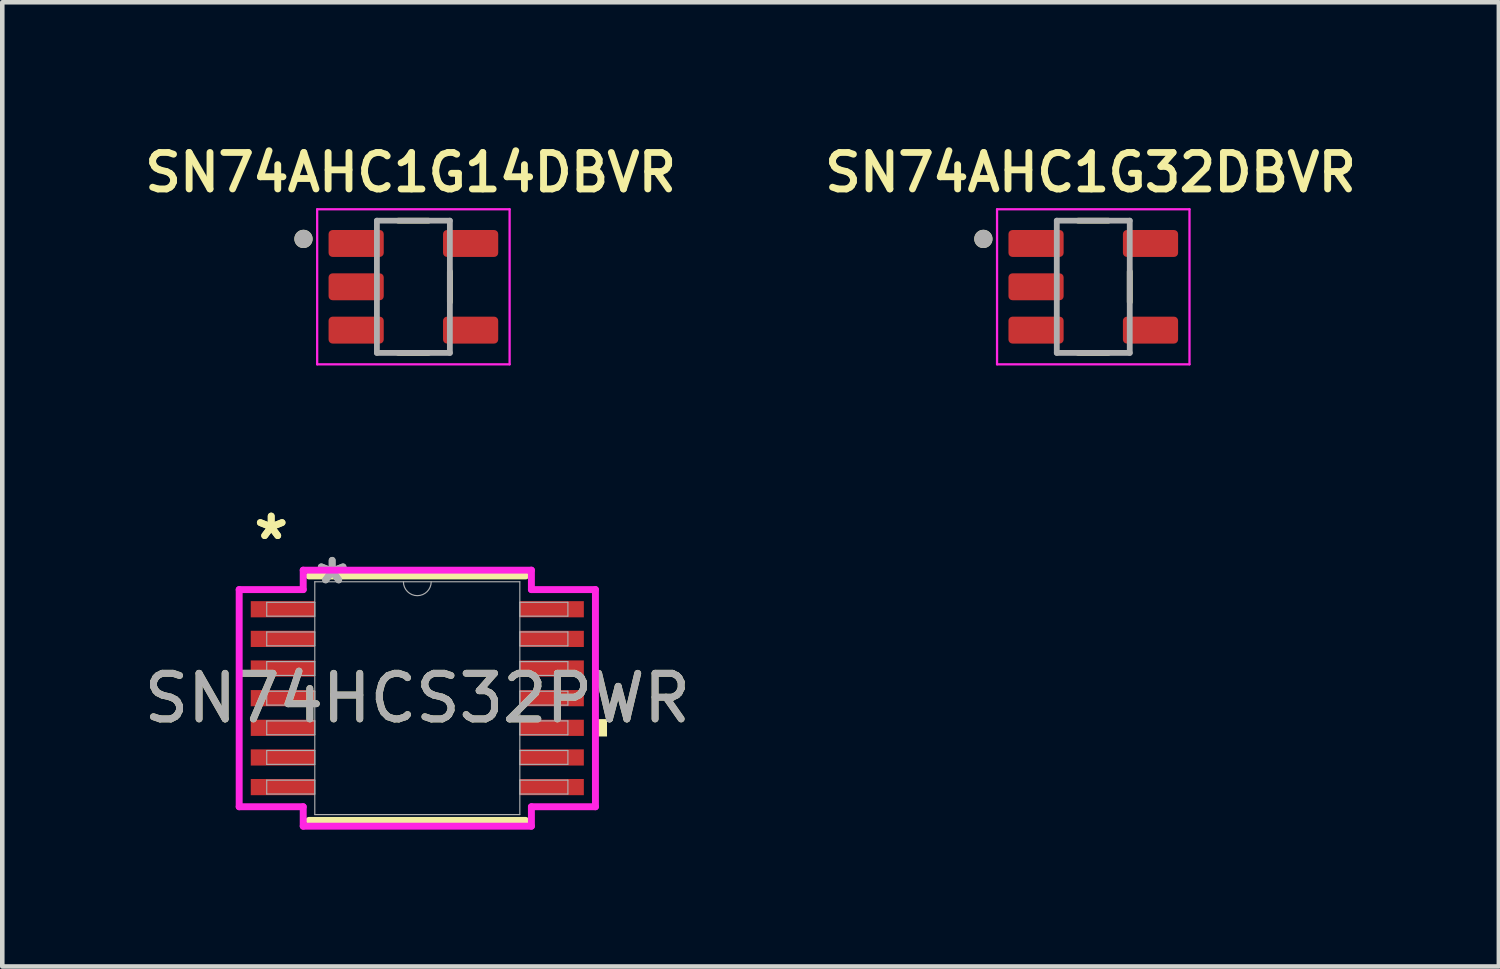
<source format=kicad_pcb>
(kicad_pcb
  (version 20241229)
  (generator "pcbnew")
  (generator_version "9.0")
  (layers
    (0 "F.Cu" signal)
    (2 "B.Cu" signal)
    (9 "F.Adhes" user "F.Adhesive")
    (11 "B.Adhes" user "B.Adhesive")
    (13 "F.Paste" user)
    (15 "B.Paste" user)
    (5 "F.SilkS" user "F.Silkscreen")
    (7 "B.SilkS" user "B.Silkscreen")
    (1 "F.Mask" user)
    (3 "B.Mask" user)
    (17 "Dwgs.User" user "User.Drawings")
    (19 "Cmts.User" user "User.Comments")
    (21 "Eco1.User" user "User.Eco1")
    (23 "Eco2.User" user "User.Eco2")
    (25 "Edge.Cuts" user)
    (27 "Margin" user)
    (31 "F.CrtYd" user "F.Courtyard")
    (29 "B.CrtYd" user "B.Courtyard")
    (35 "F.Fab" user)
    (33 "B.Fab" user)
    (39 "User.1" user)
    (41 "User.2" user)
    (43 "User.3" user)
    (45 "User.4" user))
  (footprint "SN74AHC1G14DBVR"
    (layer "F.Cu")
    (at 6.015 3.239)
    (property "Reference" "SN74AHC1G14DBVR" (at -0.06 -2.508 0) (layer "F.SilkS") (effects (font (size 0.8 0.8) (thickness 0.15))))
    (attr smd)
    (fp_line (start -0.33 -1.45) (end 0.33 -1.45) (stroke (width 0.127) (type solid)) (layer "F.SilkS"))
    (fp_line (start 0.33 1.45) (end -0.33 1.45) (stroke (width 0.127) (type solid)) (layer "F.SilkS"))
    (fp_line (start 0.8 -0.335) (end 0.8 0.335) (stroke (width 0.127) (type solid)) (layer "F.SilkS"))
    (fp_circle (center -2.41 -1.05) (end -2.31 -1.05) (stroke (width 0.2) (type solid)) (fill no) (layer "F.SilkS"))
    (fp_line (start -2.11 -1.7) (end 2.11 -1.7) (stroke (width 0.05) (type solid)) (layer "F.CrtYd"))
    (fp_line (start -2.11 1.7) (end -2.11 -1.7) (stroke (width 0.05) (type solid)) (layer "F.CrtYd"))
    (fp_line (start 2.11 -1.7) (end 2.11 1.7) (stroke (width 0.05) (type solid)) (layer "F.CrtYd"))
    (fp_line (start 2.11 1.7) (end -2.11 1.7) (stroke (width 0.05) (type solid)) (layer "F.CrtYd"))
    (fp_line (start -0.8 -1.45) (end 0.8 -1.45) (stroke (width 0.127) (type solid)) (layer "F.Fab"))
    (fp_line (start -0.8 1.45) (end -0.8 -1.45) (stroke (width 0.127) (type solid)) (layer "F.Fab"))
    (fp_line (start 0.8 -1.45) (end 0.8 1.45) (stroke (width 0.127) (type solid)) (layer "F.Fab"))
    (fp_line (start 0.8 1.45) (end -0.8 1.45) (stroke (width 0.127) (type solid)) (layer "F.Fab"))
    (fp_circle (center -2.41 -1.05) (end -2.31 -1.05) (stroke (width 0.2) (type solid)) (fill no) (layer "F.Fab"))
    (pad "1" smd roundrect (at -1.255 -0.95) (size 1.21 0.59) (layers "F.Cu" "F.Mask" "F.Paste") (roundrect_rratio 0.15))
    (pad "2" smd roundrect (at -1.255 0) (size 1.21 0.59) (layers "F.Cu" "F.Mask" "F.Paste") (roundrect_rratio 0.15))
    (pad "3" smd roundrect (at -1.255 0.95) (size 1.21 0.59) (layers "F.Cu" "F.Mask" "F.Paste") (roundrect_rratio 0.15))
    (pad "4" smd roundrect (at 1.255 0.95) (size 1.21 0.59) (layers "F.Cu" "F.Mask" "F.Paste") (roundrect_rratio 0.15))
    (pad "5" smd roundrect (at 1.255 -0.95) (size 1.21 0.59) (layers "F.Cu" "F.Mask" "F.Paste") (roundrect_rratio 0.15)))
  (footprint "SN74AHC1G32DBVR"
    (layer "F.Cu")
    (at 20.924 3.239)
    (property "Reference" "SN74AHC1G32DBVR" (at -0.06 -2.508 0) (layer "F.SilkS") (effects (font (size 0.8 0.8) (thickness 0.15))))
    (attr smd)
    (fp_line (start -0.33 -1.45) (end 0.33 -1.45) (stroke (width 0.127) (type solid)) (layer "F.SilkS"))
    (fp_line (start 0.33 1.45) (end -0.33 1.45) (stroke (width 0.127) (type solid)) (layer "F.SilkS"))
    (fp_line (start 0.8 -0.335) (end 0.8 0.335) (stroke (width 0.127) (type solid)) (layer "F.SilkS"))
    (fp_circle (center -2.41 -1.05) (end -2.31 -1.05) (stroke (width 0.2) (type solid)) (fill no) (layer "F.SilkS"))
    (fp_line (start -2.11 -1.7) (end 2.11 -1.7) (stroke (width 0.05) (type solid)) (layer "F.CrtYd"))
    (fp_line (start -2.11 1.7) (end -2.11 -1.7) (stroke (width 0.05) (type solid)) (layer "F.CrtYd"))
    (fp_line (start 2.11 -1.7) (end 2.11 1.7) (stroke (width 0.05) (type solid)) (layer "F.CrtYd"))
    (fp_line (start 2.11 1.7) (end -2.11 1.7) (stroke (width 0.05) (type solid)) (layer "F.CrtYd"))
    (fp_line (start -0.8 -1.45) (end 0.8 -1.45) (stroke (width 0.127) (type solid)) (layer "F.Fab"))
    (fp_line (start -0.8 1.45) (end -0.8 -1.45) (stroke (width 0.127) (type solid)) (layer "F.Fab"))
    (fp_line (start 0.8 -1.45) (end 0.8 1.45) (stroke (width 0.127) (type solid)) (layer "F.Fab"))
    (fp_line (start 0.8 1.45) (end -0.8 1.45) (stroke (width 0.127) (type solid)) (layer "F.Fab"))
    (fp_circle (center -2.41 -1.05) (end -2.31 -1.05) (stroke (width 0.2) (type solid)) (fill no) (layer "F.Fab"))
    (pad "1" smd roundrect (at -1.255 -0.95) (size 1.21 0.59) (layers "F.Cu" "F.Mask" "F.Paste") (roundrect_rratio 0.15))
    (pad "2" smd roundrect (at -1.255 0) (size 1.21 0.59) (layers "F.Cu" "F.Mask" "F.Paste") (roundrect_rratio 0.15))
    (pad "3" smd roundrect (at -1.255 0.95) (size 1.21 0.59) (layers "F.Cu" "F.Mask" "F.Paste") (roundrect_rratio 0.15))
    (pad "4" smd roundrect (at 1.255 0.95) (size 1.21 0.59) (layers "F.Cu" "F.Mask" "F.Paste") (roundrect_rratio 0.15))
    (pad "5" smd roundrect (at 1.255 -0.95) (size 1.21 0.59) (layers "F.Cu" "F.Mask" "F.Paste") (roundrect_rratio 0.15)))
  (footprint "SN74HCS32PWR"
    (layer "F.Cu")
    (at 6.101 12.26)
    (property "Reference" "SN74HCS32PWR" (at 0 0 0) (unlocked yes) (layer "F.SilkS") (effects (font (size 1 1) (thickness 0.15))))
    (attr smd)
    (fp_line (start -2.375 2.68) (end 2.375 2.68) (stroke (width 0.152) (type solid)) (layer "F.SilkS"))
    (fp_line (start 2.375 -2.68) (end -2.375 -2.68) (stroke (width 0.152) (type solid)) (layer "F.SilkS"))
    (fp_poly (pts (xy 4.16 0.459) (xy 4.16 0.84) (xy 3.906 0.84) (xy 3.906 0.459)) (stroke (width 0) (type solid)) (fill yes) (layer "F.SilkS"))
    (fp_line (start -3.906 -2.381) (end -2.502 -2.381) (stroke (width 0.152) (type solid)) (layer "F.CrtYd"))
    (fp_line (start -3.906 2.381) (end -3.906 -2.381) (stroke (width 0.152) (type solid)) (layer "F.CrtYd"))
    (fp_line (start -3.906 2.381) (end -2.502 2.381) (stroke (width 0.152) (type solid)) (layer "F.CrtYd"))
    (fp_line (start -2.502 -2.807) (end 2.502 -2.807) (stroke (width 0.152) (type solid)) (layer "F.CrtYd"))
    (fp_line (start -2.502 -2.381) (end -2.502 -2.807) (stroke (width 0.152) (type solid)) (layer "F.CrtYd"))
    (fp_line (start -2.502 2.807) (end -2.502 2.381) (stroke (width 0.152) (type solid)) (layer "F.CrtYd"))
    (fp_line (start 2.502 -2.807) (end 2.502 -2.381) (stroke (width 0.152) (type solid)) (layer "F.CrtYd"))
    (fp_line (start 2.502 2.381) (end 2.502 2.807) (stroke (width 0.152) (type solid)) (layer "F.CrtYd"))
    (fp_line (start 2.502 2.807) (end -2.502 2.807) (stroke (width 0.152) (type solid)) (layer "F.CrtYd"))
    (fp_line (start 3.906 -2.381) (end 2.502 -2.381) (stroke (width 0.152) (type solid)) (layer "F.CrtYd"))
    (fp_line (start 3.906 -2.381) (end 3.906 2.381) (stroke (width 0.152) (type solid)) (layer "F.CrtYd"))
    (fp_line (start 3.906 2.381) (end 2.502 2.381) (stroke (width 0.152) (type solid)) (layer "F.CrtYd"))
    (fp_line (start -3.302 -2.102) (end -3.302 -1.798) (stroke (width 0.025) (type solid)) (layer "F.Fab"))
    (fp_line (start -3.302 -1.798) (end -2.248 -1.798) (stroke (width 0.025) (type solid)) (layer "F.Fab"))
    (fp_line (start -3.302 -1.452) (end -3.302 -1.148) (stroke (width 0.025) (type solid)) (layer "F.Fab"))
    (fp_line (start -3.302 -1.148) (end -2.248 -1.148) (stroke (width 0.025) (type solid)) (layer "F.Fab"))
    (fp_line (start -3.302 -0.802) (end -3.302 -0.498) (stroke (width 0.025) (type solid)) (layer "F.Fab"))
    (fp_line (start -3.302 -0.498) (end -2.248 -0.498) (stroke (width 0.025) (type solid)) (layer "F.Fab"))
    (fp_line (start -3.302 -0.152) (end -3.302 0.152) (stroke (width 0.025) (type solid)) (layer "F.Fab"))
    (fp_line (start -3.302 0.152) (end -2.248 0.152) (stroke (width 0.025) (type solid)) (layer "F.Fab"))
    (fp_line (start -3.302 0.498) (end -3.302 0.802) (stroke (width 0.025) (type solid)) (layer "F.Fab"))
    (fp_line (start -3.302 0.802) (end -2.248 0.802) (stroke (width 0.025) (type solid)) (layer "F.Fab"))
    (fp_line (start -3.302 1.148) (end -3.302 1.452) (stroke (width 0.025) (type solid)) (layer "F.Fab"))
    (fp_line (start -3.302 1.452) (end -2.248 1.452) (stroke (width 0.025) (type solid)) (layer "F.Fab"))
    (fp_line (start -3.302 1.798) (end -3.302 2.102) (stroke (width 0.025) (type solid)) (layer "F.Fab"))
    (fp_line (start -3.302 2.102) (end -2.248 2.102) (stroke (width 0.025) (type solid)) (layer "F.Fab"))
    (fp_line (start -2.248 -2.553) (end -2.248 2.553) (stroke (width 0.025) (type solid)) (layer "F.Fab"))
    (fp_line (start -2.248 -2.102) (end -3.302 -2.102) (stroke (width 0.025) (type solid)) (layer "F.Fab"))
    (fp_line (start -2.248 -1.798) (end -2.248 -2.102) (stroke (width 0.025) (type solid)) (layer "F.Fab"))
    (fp_line (start -2.248 -1.452) (end -3.302 -1.452) (stroke (width 0.025) (type solid)) (layer "F.Fab"))
    (fp_line (start -2.248 -1.148) (end -2.248 -1.452) (stroke (width 0.025) (type solid)) (layer "F.Fab"))
    (fp_line (start -2.248 -0.802) (end -3.302 -0.802) (stroke (width 0.025) (type solid)) (layer "F.Fab"))
    (fp_line (start -2.248 -0.498) (end -2.248 -0.802) (stroke (width 0.025) (type solid)) (layer "F.Fab"))
    (fp_line (start -2.248 -0.152) (end -3.302 -0.152) (stroke (width 0.025) (type solid)) (layer "F.Fab"))
    (fp_line (start -2.248 0.152) (end -2.248 -0.152) (stroke (width 0.025) (type solid)) (layer "F.Fab"))
    (fp_line (start -2.248 0.498) (end -3.302 0.498) (stroke (width 0.025) (type solid)) (layer "F.Fab"))
    (fp_line (start -2.248 0.802) (end -2.248 0.498) (stroke (width 0.025) (type solid)) (layer "F.Fab"))
    (fp_line (start -2.248 1.148) (end -3.302 1.148) (stroke (width 0.025) (type solid)) (layer "F.Fab"))
    (fp_line (start -2.248 1.452) (end -2.248 1.148) (stroke (width 0.025) (type solid)) (layer "F.Fab"))
    (fp_line (start -2.248 1.798) (end -3.302 1.798) (stroke (width 0.025) (type solid)) (layer "F.Fab"))
    (fp_line (start -2.248 2.102) (end -2.248 1.798) (stroke (width 0.025) (type solid)) (layer "F.Fab"))
    (fp_line (start -2.248 2.553) (end 2.248 2.553) (stroke (width 0.025) (type solid)) (layer "F.Fab"))
    (fp_line (start 2.248 -2.553) (end -2.248 -2.553) (stroke (width 0.025) (type solid)) (layer "F.Fab"))
    (fp_line (start 2.248 -2.102) (end 2.248 -1.798) (stroke (width 0.025) (type solid)) (layer "F.Fab"))
    (fp_line (start 2.248 -1.798) (end 3.302 -1.798) (stroke (width 0.025) (type solid)) (layer "F.Fab"))
    (fp_line (start 2.248 -1.452) (end 2.248 -1.148) (stroke (width 0.025) (type solid)) (layer "F.Fab"))
    (fp_line (start 2.248 -1.148) (end 3.302 -1.148) (stroke (width 0.025) (type solid)) (layer "F.Fab"))
    (fp_line (start 2.248 -0.802) (end 2.248 -0.498) (stroke (width 0.025) (type solid)) (layer "F.Fab"))
    (fp_line (start 2.248 -0.498) (end 3.302 -0.498) (stroke (width 0.025) (type solid)) (layer "F.Fab"))
    (fp_line (start 2.248 -0.152) (end 2.248 0.152) (stroke (width 0.025) (type solid)) (layer "F.Fab"))
    (fp_line (start 2.248 0.152) (end 3.302 0.152) (stroke (width 0.025) (type solid)) (layer "F.Fab"))
    (fp_line (start 2.248 0.498) (end 2.248 0.802) (stroke (width 0.025) (type solid)) (layer "F.Fab"))
    (fp_line (start 2.248 0.802) (end 3.302 0.802) (stroke (width 0.025) (type solid)) (layer "F.Fab"))
    (fp_line (start 2.248 1.148) (end 2.248 1.452) (stroke (width 0.025) (type solid)) (layer "F.Fab"))
    (fp_line (start 2.248 1.452) (end 3.302 1.452) (stroke (width 0.025) (type solid)) (layer "F.Fab"))
    (fp_line (start 2.248 1.798) (end 2.248 2.102) (stroke (width 0.025) (type solid)) (layer "F.Fab"))
    (fp_line (start 2.248 2.102) (end 3.302 2.102) (stroke (width 0.025) (type solid)) (layer "F.Fab"))
    (fp_line (start 2.248 2.553) (end 2.248 -2.553) (stroke (width 0.025) (type solid)) (layer "F.Fab"))
    (fp_line (start 3.302 -2.102) (end 2.248 -2.102) (stroke (width 0.025) (type solid)) (layer "F.Fab"))
    (fp_line (start 3.302 -1.798) (end 3.302 -2.102) (stroke (width 0.025) (type solid)) (layer "F.Fab"))
    (fp_line (start 3.302 -1.452) (end 2.248 -1.452) (stroke (width 0.025) (type solid)) (layer "F.Fab"))
    (fp_line (start 3.302 -1.148) (end 3.302 -1.452) (stroke (width 0.025) (type solid)) (layer "F.Fab"))
    (fp_line (start 3.302 -0.802) (end 2.248 -0.802) (stroke (width 0.025) (type solid)) (layer "F.Fab"))
    (fp_line (start 3.302 -0.498) (end 3.302 -0.802) (stroke (width 0.025) (type solid)) (layer "F.Fab"))
    (fp_line (start 3.302 -0.152) (end 2.248 -0.152) (stroke (width 0.025) (type solid)) (layer "F.Fab"))
    (fp_line (start 3.302 0.152) (end 3.302 -0.152) (stroke (width 0.025) (type solid)) (layer "F.Fab"))
    (fp_line (start 3.302 0.498) (end 2.248 0.498) (stroke (width 0.025) (type solid)) (layer "F.Fab"))
    (fp_line (start 3.302 0.802) (end 3.302 0.498) (stroke (width 0.025) (type solid)) (layer "F.Fab"))
    (fp_line (start 3.302 1.148) (end 2.248 1.148) (stroke (width 0.025) (type solid)) (layer "F.Fab"))
    (fp_line (start 3.302 1.452) (end 3.302 1.148) (stroke (width 0.025) (type solid)) (layer "F.Fab"))
    (fp_line (start 3.302 1.798) (end 2.248 1.798) (stroke (width 0.025) (type solid)) (layer "F.Fab"))
    (fp_line (start 3.302 2.102) (end 3.302 1.798) (stroke (width 0.025) (type solid)) (layer "F.Fab"))
    (fp_arc (start 0.3048 -2.5527) (mid 0 -2.2479) (end -0.3048 -2.5527) (stroke (width 0.0254) (type solid)) (layer "F.Fab"))
    (fp_text user "*" (at -3.204 -3.448 0) (unlocked yes) (layer "F.SilkS") (effects (font (size 1 1) (thickness 0.15))))
    (fp_text user "*" (at -3.204 -3.448 0) (layer "F.SilkS") (effects (font (size 1 1) (thickness 0.15))))
    (fp_text user "*" (at -1.867 -2.477 0) (unlocked yes) (layer "F.Fab") (effects (font (size 1 1) (thickness 0.15))))
    (fp_text user "*" (at -1.867 -2.477 0) (layer "F.Fab") (effects (font (size 1 1) (thickness 0.15))))
    (fp_text user "${REFERENCE}" (at 0 0 0) (unlocked yes) (layer "F.Fab") (effects (font (size 1 1) (thickness 0.15))))
    (pad "1" smd rect (at -2.95 -1.95) (size 1.404 0.355) (layers "F.Cu" "F.Mask" "F.Paste"))
    (pad "2" smd rect (at -2.95 -1.3) (size 1.404 0.355) (layers "F.Cu" "F.Mask" "F.Paste"))
    (pad "3" smd rect (at -2.95 -0.65) (size 1.404 0.355) (layers "F.Cu" "F.Mask" "F.Paste"))
    (pad "4" smd rect (at -2.95 0) (size 1.404 0.355) (layers "F.Cu" "F.Mask" "F.Paste"))
    (pad "5" smd rect (at -2.95 0.65) (size 1.404 0.355) (layers "F.Cu" "F.Mask" "F.Paste"))
    (pad "6" smd rect (at -2.95 1.3) (size 1.404 0.355) (layers "F.Cu" "F.Mask" "F.Paste"))
    (pad "7" smd rect (at -2.95 1.95) (size 1.404 0.355) (layers "F.Cu" "F.Mask" "F.Paste"))
    (pad "8" smd rect (at 2.95 1.95) (size 1.404 0.355) (layers "F.Cu" "F.Mask" "F.Paste"))
    (pad "9" smd rect (at 2.95 1.3) (size 1.404 0.355) (layers "F.Cu" "F.Mask" "F.Paste"))
    (pad "10" smd rect (at 2.95 0.65) (size 1.404 0.355) (layers "F.Cu" "F.Mask" "F.Paste"))
    (pad "11" smd rect (at 2.95 0) (size 1.404 0.355) (layers "F.Cu" "F.Mask" "F.Paste"))
    (pad "12" smd rect (at 2.95 -0.65) (size 1.404 0.355) (layers "F.Cu" "F.Mask" "F.Paste"))
    (pad "13" smd rect (at 2.95 -1.3) (size 1.404 0.355) (layers "F.Cu" "F.Mask" "F.Paste"))
    (pad "14" smd rect (at 2.95 -1.95) (size 1.404 0.355) (layers "F.Cu" "F.Mask" "F.Paste")))
  (gr_rect
    (start -3 -3)
    (end 29.818 18.143)
    (stroke (width 0.1) (type default))
    (fill no)
    (layer "Edge.Cuts")))
</source>
